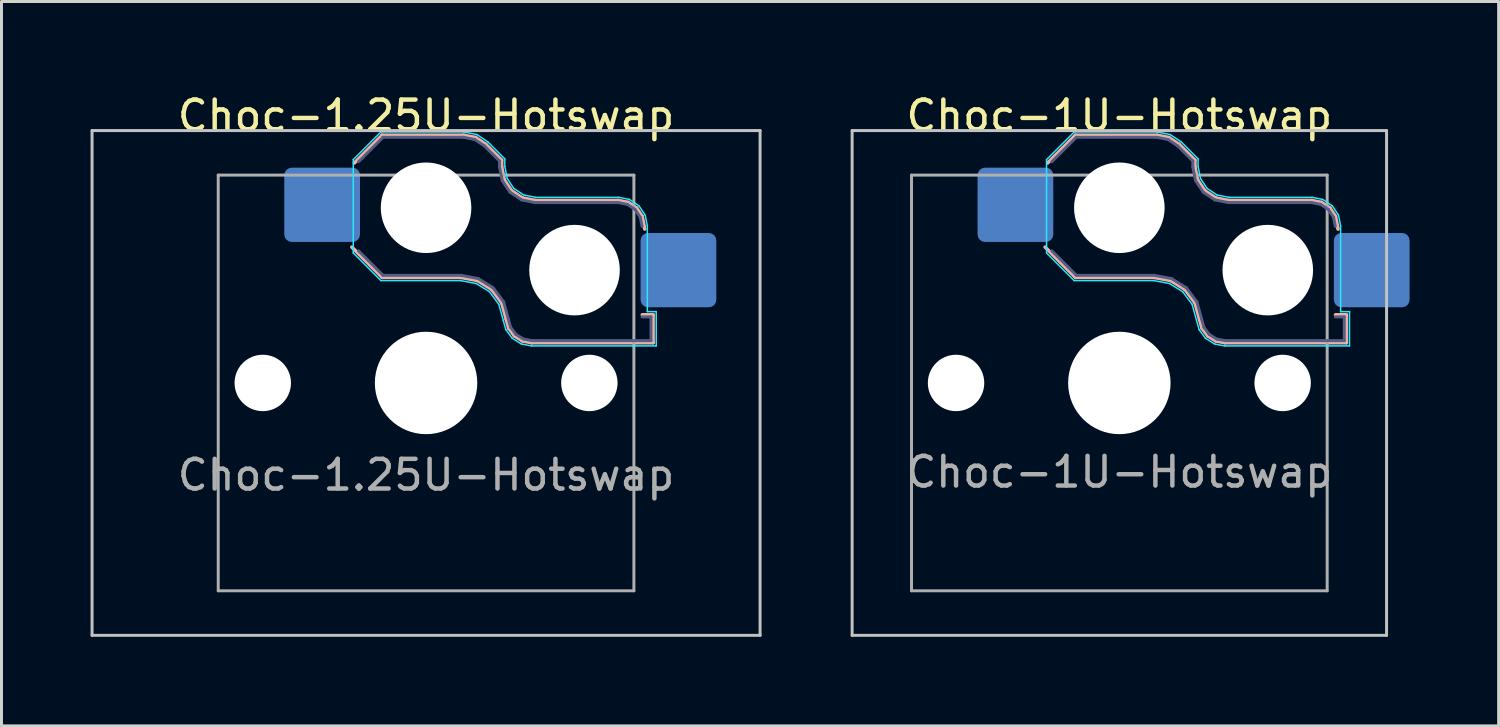
<source format=kicad_pcb>
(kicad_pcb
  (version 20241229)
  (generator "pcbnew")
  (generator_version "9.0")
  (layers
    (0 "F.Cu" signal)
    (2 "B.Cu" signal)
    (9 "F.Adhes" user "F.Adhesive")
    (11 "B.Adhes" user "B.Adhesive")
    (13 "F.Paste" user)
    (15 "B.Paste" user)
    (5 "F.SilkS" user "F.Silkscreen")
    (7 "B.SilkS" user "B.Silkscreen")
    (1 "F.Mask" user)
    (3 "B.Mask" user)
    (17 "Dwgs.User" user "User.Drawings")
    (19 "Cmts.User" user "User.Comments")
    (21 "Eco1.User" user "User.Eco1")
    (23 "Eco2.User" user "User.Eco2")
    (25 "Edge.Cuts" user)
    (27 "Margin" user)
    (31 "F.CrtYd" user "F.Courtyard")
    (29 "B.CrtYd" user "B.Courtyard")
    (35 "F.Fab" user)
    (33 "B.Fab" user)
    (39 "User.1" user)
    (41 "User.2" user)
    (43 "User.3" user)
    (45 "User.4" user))
  (footprint "Choc-1U-Hotswap"
    (layer "F.Cu")
    (at 34.65 9.848)
    (property "Reference" "Choc-1U-Hotswap" (at 0 -9 0) (layer "F.SilkS") (effects (font (size 1 1) (thickness 0.15))))
    (attr smd)
    (fp_line (start -2.416 -7.409) (end -1.479 -8.346) (stroke (width 0.12) (type solid)) (layer "B.SilkS"))
    (fp_line (start -1.479 -8.346) (end 1.268 -8.346) (stroke (width 0.12) (type solid)) (layer "B.SilkS"))
    (fp_line (start -1.479 -3.554) (end -2.5 -4.575) (stroke (width 0.12) (type solid)) (layer "B.SilkS"))
    (fp_line (start 1.168 -3.554) (end -1.479 -3.554) (stroke (width 0.12) (type solid)) (layer "B.SilkS"))
    (fp_line (start 1.268 -8.346) (end 1.671 -8.266) (stroke (width 0.12) (type solid)) (layer "B.SilkS"))
    (fp_line (start 1.671 -8.266) (end 2.013 -8.037) (stroke (width 0.12) (type solid)) (layer "B.SilkS"))
    (fp_line (start 1.73 -3.449) (end 1.168 -3.554) (stroke (width 0.12) (type solid)) (layer "B.SilkS"))
    (fp_line (start 2.013 -8.037) (end 2.546 -7.504) (stroke (width 0.12) (type solid)) (layer "B.SilkS"))
    (fp_line (start 2.209 -3.15) (end 1.73 -3.449) (stroke (width 0.12) (type solid)) (layer "B.SilkS"))
    (fp_line (start 2.546 -7.504) (end 2.546 -7.282) (stroke (width 0.12) (type solid)) (layer "B.SilkS"))
    (fp_line (start 2.546 -7.282) (end 2.633 -6.844) (stroke (width 0.12) (type solid)) (layer "B.SilkS"))
    (fp_line (start 2.547 -2.697) (end 2.209 -3.15) (stroke (width 0.12) (type solid)) (layer "B.SilkS"))
    (fp_line (start 2.633 -6.844) (end 2.877 -6.477) (stroke (width 0.12) (type solid)) (layer "B.SilkS"))
    (fp_line (start 2.701 -2.139) (end 2.547 -2.697) (stroke (width 0.12) (type solid)) (layer "B.SilkS"))
    (fp_line (start 2.783 -1.841) (end 2.701 -2.139) (stroke (width 0.12) (type solid)) (layer "B.SilkS"))
    (fp_line (start 2.877 -6.477) (end 3.244 -6.233) (stroke (width 0.12) (type solid)) (layer "B.SilkS"))
    (fp_line (start 2.976 -1.583) (end 2.783 -1.841) (stroke (width 0.12) (type solid)) (layer "B.SilkS"))
    (fp_line (start 3.244 -6.233) (end 3.682 -6.146) (stroke (width 0.12) (type solid)) (layer "B.SilkS"))
    (fp_line (start 3.25 -1.413) (end 2.976 -1.583) (stroke (width 0.12) (type solid)) (layer "B.SilkS"))
    (fp_line (start 3.56 -1.354) (end 3.25 -1.413) (stroke (width 0.12) (type solid)) (layer "B.SilkS"))
    (fp_line (start 3.682 -6.146) (end 6.482 -6.146) (stroke (width 0.12) (type solid)) (layer "B.SilkS"))
    (fp_line (start 6.482 -6.146) (end 6.809 -6.081) (stroke (width 0.12) (type solid)) (layer "B.SilkS"))
    (fp_line (start 6.809 -6.081) (end 7.092 -5.892) (stroke (width 0.12) (type solid)) (layer "B.SilkS"))
    (fp_line (start 7.092 -5.892) (end 7.281 -5.609) (stroke (width 0.12) (type solid)) (layer "B.SilkS"))
    (fp_line (start 7.281 -5.609) (end 7.366 -5.182) (stroke (width 0.12) (type solid)) (layer "B.SilkS"))
    (fp_line (start 7.283 -2.296) (end 7.646 -2.296) (stroke (width 0.12) (type solid)) (layer "B.SilkS"))
    (fp_line (start 7.646 -2.296) (end 7.646 -1.354) (stroke (width 0.12) (type solid)) (layer "B.SilkS"))
    (fp_line (start 7.646 -1.354) (end 3.56 -1.354) (stroke (width 0.12) (type solid)) (layer "B.SilkS"))
    (fp_line (start -9 -8.5) (end -9 8.5) (stroke (width 0.1) (type solid)) (layer "Dwgs.User"))
    (fp_line (start -9 8.5) (end 9 8.5) (stroke (width 0.1) (type solid)) (layer "Dwgs.User"))
    (fp_line (start 9 -8.5) (end -9 -8.5) (stroke (width 0.1) (type solid)) (layer "Dwgs.User"))
    (fp_line (start 9 8.5) (end 9 -8.5) (stroke (width 0.1) (type solid)) (layer "Dwgs.User"))
    (fp_line (start -2.452 -7.523) (end -1.523 -8.452) (stroke (width 0.05) (type solid)) (layer "B.CrtYd"))
    (fp_line (start -2.452 -4.377) (end -2.452 -7.523) (stroke (width 0.05) (type solid)) (layer "B.CrtYd"))
    (fp_line (start -1.523 -8.452) (end 1.278 -8.452) (stroke (width 0.05) (type solid)) (layer "B.CrtYd"))
    (fp_line (start -1.523 -3.448) (end -2.452 -4.377) (stroke (width 0.05) (type solid)) (layer "B.CrtYd"))
    (fp_line (start 1.159 -3.448) (end -1.523 -3.448) (stroke (width 0.05) (type solid)) (layer "B.CrtYd"))
    (fp_line (start 1.278 -8.452) (end 1.712 -8.366) (stroke (width 0.05) (type solid)) (layer "B.CrtYd"))
    (fp_line (start 1.691 -3.348) (end 1.159 -3.448) (stroke (width 0.05) (type solid)) (layer "B.CrtYd"))
    (fp_line (start 1.712 -8.366) (end 2.081 -8.119) (stroke (width 0.05) (type solid)) (layer "B.CrtYd"))
    (fp_line (start 2.081 -8.119) (end 2.652 -7.548) (stroke (width 0.05) (type solid)) (layer "B.CrtYd"))
    (fp_line (start 2.136 -3.071) (end 1.691 -3.348) (stroke (width 0.05) (type solid)) (layer "B.CrtYd"))
    (fp_line (start 2.45 -2.65) (end 2.136 -3.071) (stroke (width 0.05) (type solid)) (layer "B.CrtYd"))
    (fp_line (start 2.599 -2.111) (end 2.45 -2.65) (stroke (width 0.05) (type solid)) (layer "B.CrtYd"))
    (fp_line (start 2.652 -7.548) (end 2.652 -7.292) (stroke (width 0.05) (type solid)) (layer "B.CrtYd"))
    (fp_line (start 2.652 -7.292) (end 2.733 -6.885) (stroke (width 0.05) (type solid)) (layer "B.CrtYd"))
    (fp_line (start 2.687 -1.794) (end 2.599 -2.111) (stroke (width 0.05) (type solid)) (layer "B.CrtYd"))
    (fp_line (start 2.733 -6.885) (end 2.953 -6.553) (stroke (width 0.05) (type solid)) (layer "B.CrtYd"))
    (fp_line (start 2.903 -1.503) (end 2.687 -1.794) (stroke (width 0.05) (type solid)) (layer "B.CrtYd"))
    (fp_line (start 2.953 -6.553) (end 3.285 -6.333) (stroke (width 0.05) (type solid)) (layer "B.CrtYd"))
    (fp_line (start 3.211 -1.312) (end 2.903 -1.503) (stroke (width 0.05) (type solid)) (layer "B.CrtYd"))
    (fp_line (start 3.285 -6.333) (end 3.692 -6.252) (stroke (width 0.05) (type solid)) (layer "B.CrtYd"))
    (fp_line (start 3.55 -1.248) (end 3.211 -1.312) (stroke (width 0.05) (type solid)) (layer "B.CrtYd"))
    (fp_line (start 3.692 -6.252) (end 6.492 -6.252) (stroke (width 0.05) (type solid)) (layer "B.CrtYd"))
    (fp_line (start 6.492 -6.252) (end 6.85 -6.181) (stroke (width 0.05) (type solid)) (layer "B.CrtYd"))
    (fp_line (start 6.85 -6.181) (end 7.168 -5.968) (stroke (width 0.05) (type solid)) (layer "B.CrtYd"))
    (fp_line (start 7.168 -5.968) (end 7.381 -5.65) (stroke (width 0.05) (type solid)) (layer "B.CrtYd"))
    (fp_line (start 7.381 -5.65) (end 7.452 -5.292) (stroke (width 0.05) (type solid)) (layer "B.CrtYd"))
    (fp_line (start 7.452 -5.292) (end 7.452 -2.402) (stroke (width 0.05) (type solid)) (layer "B.CrtYd"))
    (fp_line (start 7.452 -2.402) (end 7.752 -2.402) (stroke (width 0.05) (type solid)) (layer "B.CrtYd"))
    (fp_line (start 7.752 -2.402) (end 7.752 -1.248) (stroke (width 0.05) (type solid)) (layer "B.CrtYd"))
    (fp_line (start 7.752 -1.248) (end 3.55 -1.248) (stroke (width 0.05) (type solid)) (layer "B.CrtYd"))
    (fp_line (start -2.275 -7.45) (end -1.45 -8.275) (stroke (width 0.1) (type solid)) (layer "B.Fab"))
    (fp_line (start -1.45 -8.275) (end 1.261 -8.275) (stroke (width 0.1) (type solid)) (layer "B.Fab"))
    (fp_line (start -1.45 -3.625) (end -2.275 -4.45) (stroke (width 0.1) (type solid)) (layer "B.Fab"))
    (fp_line (start 1.175 -3.625) (end -1.45 -3.625) (stroke (width 0.1) (type solid)) (layer "B.Fab"))
    (fp_line (start 1.261 -8.275) (end 1.643 -8.199) (stroke (width 0.1) (type solid)) (layer "B.Fab"))
    (fp_line (start 1.643 -8.199) (end 1.968 -7.982) (stroke (width 0.1) (type solid)) (layer "B.Fab"))
    (fp_line (start 1.756 -3.516) (end 1.175 -3.625) (stroke (width 0.1) (type solid)) (layer "B.Fab"))
    (fp_line (start 1.968 -7.982) (end 2.475 -7.475) (stroke (width 0.1) (type solid)) (layer "B.Fab"))
    (fp_line (start 2.258 -3.203) (end 1.756 -3.516) (stroke (width 0.1) (type solid)) (layer "B.Fab"))
    (fp_line (start 2.475 -7.475) (end 2.475 -7.275) (stroke (width 0.1) (type solid)) (layer "B.Fab"))
    (fp_line (start 2.475 -7.275) (end 2.566 -6.816) (stroke (width 0.1) (type solid)) (layer "B.Fab"))
    (fp_line (start 2.566 -6.816) (end 2.826 -6.426) (stroke (width 0.1) (type solid)) (layer "B.Fab"))
    (fp_line (start 2.612 -2.729) (end 2.258 -3.203) (stroke (width 0.1) (type solid)) (layer "B.Fab"))
    (fp_line (start 2.769 -2.158) (end 2.612 -2.729) (stroke (width 0.1) (type solid)) (layer "B.Fab"))
    (fp_line (start 2.826 -6.426) (end 3.216 -6.166) (stroke (width 0.1) (type solid)) (layer "B.Fab"))
    (fp_line (start 2.848 -1.873) (end 2.769 -2.158) (stroke (width 0.1) (type solid)) (layer "B.Fab"))
    (fp_line (start 3.025 -1.636) (end 2.848 -1.873) (stroke (width 0.1) (type solid)) (layer "B.Fab"))
    (fp_line (start 3.216 -6.166) (end 3.675 -6.075) (stroke (width 0.1) (type solid)) (layer "B.Fab"))
    (fp_line (start 3.276 -1.48) (end 3.025 -1.636) (stroke (width 0.1) (type solid)) (layer "B.Fab"))
    (fp_line (start 3.567 -1.425) (end 3.276 -1.48) (stroke (width 0.1) (type solid)) (layer "B.Fab"))
    (fp_line (start 3.675 -6.075) (end 6.475 -6.075) (stroke (width 0.1) (type solid)) (layer "B.Fab"))
    (fp_line (start 6.475 -6.075) (end 6.781 -6.014) (stroke (width 0.1) (type solid)) (layer "B.Fab"))
    (fp_line (start 6.781 -6.014) (end 7.041 -5.841) (stroke (width 0.1) (type solid)) (layer "B.Fab"))
    (fp_line (start 7.041 -5.841) (end 7.214 -5.581) (stroke (width 0.1) (type solid)) (layer "B.Fab"))
    (fp_line (start 7.214 -5.581) (end 7.275 -5.275) (stroke (width 0.1) (type solid)) (layer "B.Fab"))
    (fp_line (start 7.275 -2.225) (end 7.575 -2.225) (stroke (width 0.1) (type solid)) (layer "B.Fab"))
    (fp_line (start 7.575 -2.225) (end 7.575 -1.425) (stroke (width 0.1) (type solid)) (layer "B.Fab"))
    (fp_line (start 7.575 -1.425) (end 3.567 -1.425) (stroke (width 0.1) (type solid)) (layer "B.Fab"))
    (fp_line (start -7 -7) (end -7 7) (stroke (width 0.1) (type solid)) (layer "F.Fab"))
    (fp_line (start -7 7) (end 7 7) (stroke (width 0.1) (type solid)) (layer "F.Fab"))
    (fp_line (start 7 -7) (end -7 -7) (stroke (width 0.1) (type solid)) (layer "F.Fab"))
    (fp_line (start 7 7) (end 7 -7) (stroke (width 0.1) (type solid)) (layer "F.Fab"))
    (fp_text user "${REFERENCE}" (at 0 3 0) (layer "F.Fab") (effects (font (size 1 1) (thickness 0.15))))
    (pad "" np_thru_hole circle (at -5.5 0) (size 1.9 1.9) (drill 1.9) (layers "*.Cu" "*.Mask"))
    (pad "" np_thru_hole circle (at 0 -5.9) (size 3.05 3.05) (drill 3.05) (layers "*.Cu" "*.Mask"))
    (pad "" np_thru_hole circle (at 0 0) (size 3.45 3.45) (drill 3.45) (layers "*.Cu" "*.Mask"))
    (pad "" np_thru_hole circle (at 5 -3.8) (size 3.05 3.05) (drill 3.05) (layers "*.Cu" "*.Mask"))
    (pad "" np_thru_hole circle (at 5.5 0) (size 1.9 1.9) (drill 1.9) (layers "*.Cu" "*.Mask"))
    (pad "1" smd roundrect (at -3.5 -6) (size 2.55 2.5) (layers "B.Cu" "B.Mask" "B.Paste") (roundrect_rratio 0.1))
    (pad "2" smd roundrect (at 8.5 -3.8) (size 2.55 2.5) (layers "B.Cu" "B.Mask" "B.Paste") (roundrect_rratio 0.1)))
  (footprint "Choc-1.25U-Hotswap"
    (layer "F.Cu")
    (at 11.3 9.848)
    (property "Reference" "Choc-1.25U-Hotswap" (at 0 -9 0) (layer "F.SilkS") (effects (font (size 1 1) (thickness 0.15))))
    (attr smd)
    (fp_line (start -2.416 -7.409) (end -1.479 -8.346) (stroke (width 0.12) (type solid)) (layer "B.SilkS"))
    (fp_line (start -1.479 -8.346) (end 1.268 -8.346) (stroke (width 0.12) (type solid)) (layer "B.SilkS"))
    (fp_line (start -1.479 -3.554) (end -2.5 -4.575) (stroke (width 0.12) (type solid)) (layer "B.SilkS"))
    (fp_line (start 1.168 -3.554) (end -1.479 -3.554) (stroke (width 0.12) (type solid)) (layer "B.SilkS"))
    (fp_line (start 1.268 -8.346) (end 1.671 -8.266) (stroke (width 0.12) (type solid)) (layer "B.SilkS"))
    (fp_line (start 1.671 -8.266) (end 2.013 -8.037) (stroke (width 0.12) (type solid)) (layer "B.SilkS"))
    (fp_line (start 1.73 -3.449) (end 1.168 -3.554) (stroke (width 0.12) (type solid)) (layer "B.SilkS"))
    (fp_line (start 2.013 -8.037) (end 2.546 -7.504) (stroke (width 0.12) (type solid)) (layer "B.SilkS"))
    (fp_line (start 2.209 -3.15) (end 1.73 -3.449) (stroke (width 0.12) (type solid)) (layer "B.SilkS"))
    (fp_line (start 2.546 -7.504) (end 2.546 -7.282) (stroke (width 0.12) (type solid)) (layer "B.SilkS"))
    (fp_line (start 2.546 -7.282) (end 2.633 -6.844) (stroke (width 0.12) (type solid)) (layer "B.SilkS"))
    (fp_line (start 2.547 -2.697) (end 2.209 -3.15) (stroke (width 0.12) (type solid)) (layer "B.SilkS"))
    (fp_line (start 2.633 -6.844) (end 2.877 -6.477) (stroke (width 0.12) (type solid)) (layer "B.SilkS"))
    (fp_line (start 2.701 -2.139) (end 2.547 -2.697) (stroke (width 0.12) (type solid)) (layer "B.SilkS"))
    (fp_line (start 2.783 -1.841) (end 2.701 -2.139) (stroke (width 0.12) (type solid)) (layer "B.SilkS"))
    (fp_line (start 2.877 -6.477) (end 3.244 -6.233) (stroke (width 0.12) (type solid)) (layer "B.SilkS"))
    (fp_line (start 2.976 -1.583) (end 2.783 -1.841) (stroke (width 0.12) (type solid)) (layer "B.SilkS"))
    (fp_line (start 3.244 -6.233) (end 3.682 -6.146) (stroke (width 0.12) (type solid)) (layer "B.SilkS"))
    (fp_line (start 3.25 -1.413) (end 2.976 -1.583) (stroke (width 0.12) (type solid)) (layer "B.SilkS"))
    (fp_line (start 3.56 -1.354) (end 3.25 -1.413) (stroke (width 0.12) (type solid)) (layer "B.SilkS"))
    (fp_line (start 3.682 -6.146) (end 6.482 -6.146) (stroke (width 0.12) (type solid)) (layer "B.SilkS"))
    (fp_line (start 6.482 -6.146) (end 6.809 -6.081) (stroke (width 0.12) (type solid)) (layer "B.SilkS"))
    (fp_line (start 6.809 -6.081) (end 7.092 -5.892) (stroke (width 0.12) (type solid)) (layer "B.SilkS"))
    (fp_line (start 7.092 -5.892) (end 7.281 -5.609) (stroke (width 0.12) (type solid)) (layer "B.SilkS"))
    (fp_line (start 7.281 -5.609) (end 7.366 -5.182) (stroke (width 0.12) (type solid)) (layer "B.SilkS"))
    (fp_line (start 7.283 -2.296) (end 7.646 -2.296) (stroke (width 0.12) (type solid)) (layer "B.SilkS"))
    (fp_line (start 7.646 -2.296) (end 7.646 -1.354) (stroke (width 0.12) (type solid)) (layer "B.SilkS"))
    (fp_line (start 7.646 -1.354) (end 3.56 -1.354) (stroke (width 0.12) (type solid)) (layer "B.SilkS"))
    (fp_line (start -11.25 -8.5) (end -11.25 8.5) (stroke (width 0.1) (type solid)) (layer "Dwgs.User"))
    (fp_line (start -11.25 8.5) (end 11.25 8.5) (stroke (width 0.1) (type solid)) (layer "Dwgs.User"))
    (fp_line (start 11.25 -8.5) (end -11.25 -8.5) (stroke (width 0.1) (type solid)) (layer "Dwgs.User"))
    (fp_line (start 11.25 8.5) (end 11.25 -8.5) (stroke (width 0.1) (type solid)) (layer "Dwgs.User"))
    (fp_line (start -2.452 -7.523) (end -1.523 -8.452) (stroke (width 0.05) (type solid)) (layer "B.CrtYd"))
    (fp_line (start -2.452 -4.377) (end -2.452 -7.523) (stroke (width 0.05) (type solid)) (layer "B.CrtYd"))
    (fp_line (start -1.523 -8.452) (end 1.278 -8.452) (stroke (width 0.05) (type solid)) (layer "B.CrtYd"))
    (fp_line (start -1.523 -3.448) (end -2.452 -4.377) (stroke (width 0.05) (type solid)) (layer "B.CrtYd"))
    (fp_line (start 1.159 -3.448) (end -1.523 -3.448) (stroke (width 0.05) (type solid)) (layer "B.CrtYd"))
    (fp_line (start 1.278 -8.452) (end 1.712 -8.366) (stroke (width 0.05) (type solid)) (layer "B.CrtYd"))
    (fp_line (start 1.691 -3.348) (end 1.159 -3.448) (stroke (width 0.05) (type solid)) (layer "B.CrtYd"))
    (fp_line (start 1.712 -8.366) (end 2.081 -8.119) (stroke (width 0.05) (type solid)) (layer "B.CrtYd"))
    (fp_line (start 2.081 -8.119) (end 2.652 -7.548) (stroke (width 0.05) (type solid)) (layer "B.CrtYd"))
    (fp_line (start 2.136 -3.071) (end 1.691 -3.348) (stroke (width 0.05) (type solid)) (layer "B.CrtYd"))
    (fp_line (start 2.45 -2.65) (end 2.136 -3.071) (stroke (width 0.05) (type solid)) (layer "B.CrtYd"))
    (fp_line (start 2.599 -2.111) (end 2.45 -2.65) (stroke (width 0.05) (type solid)) (layer "B.CrtYd"))
    (fp_line (start 2.652 -7.548) (end 2.652 -7.292) (stroke (width 0.05) (type solid)) (layer "B.CrtYd"))
    (fp_line (start 2.652 -7.292) (end 2.733 -6.885) (stroke (width 0.05) (type solid)) (layer "B.CrtYd"))
    (fp_line (start 2.687 -1.794) (end 2.599 -2.111) (stroke (width 0.05) (type solid)) (layer "B.CrtYd"))
    (fp_line (start 2.733 -6.885) (end 2.953 -6.553) (stroke (width 0.05) (type solid)) (layer "B.CrtYd"))
    (fp_line (start 2.903 -1.503) (end 2.687 -1.794) (stroke (width 0.05) (type solid)) (layer "B.CrtYd"))
    (fp_line (start 2.953 -6.553) (end 3.285 -6.333) (stroke (width 0.05) (type solid)) (layer "B.CrtYd"))
    (fp_line (start 3.211 -1.312) (end 2.903 -1.503) (stroke (width 0.05) (type solid)) (layer "B.CrtYd"))
    (fp_line (start 3.285 -6.333) (end 3.692 -6.252) (stroke (width 0.05) (type solid)) (layer "B.CrtYd"))
    (fp_line (start 3.55 -1.248) (end 3.211 -1.312) (stroke (width 0.05) (type solid)) (layer "B.CrtYd"))
    (fp_line (start 3.692 -6.252) (end 6.492 -6.252) (stroke (width 0.05) (type solid)) (layer "B.CrtYd"))
    (fp_line (start 6.492 -6.252) (end 6.85 -6.181) (stroke (width 0.05) (type solid)) (layer "B.CrtYd"))
    (fp_line (start 6.85 -6.181) (end 7.168 -5.968) (stroke (width 0.05) (type solid)) (layer "B.CrtYd"))
    (fp_line (start 7.168 -5.968) (end 7.381 -5.65) (stroke (width 0.05) (type solid)) (layer "B.CrtYd"))
    (fp_line (start 7.381 -5.65) (end 7.452 -5.292) (stroke (width 0.05) (type solid)) (layer "B.CrtYd"))
    (fp_line (start 7.452 -5.292) (end 7.452 -2.402) (stroke (width 0.05) (type solid)) (layer "B.CrtYd"))
    (fp_line (start 7.452 -2.402) (end 7.752 -2.402) (stroke (width 0.05) (type solid)) (layer "B.CrtYd"))
    (fp_line (start 7.752 -2.402) (end 7.752 -1.248) (stroke (width 0.05) (type solid)) (layer "B.CrtYd"))
    (fp_line (start 7.752 -1.248) (end 3.55 -1.248) (stroke (width 0.05) (type solid)) (layer "B.CrtYd"))
    (fp_line (start -2.275 -7.45) (end -1.45 -8.275) (stroke (width 0.1) (type solid)) (layer "B.Fab"))
    (fp_line (start -1.45 -8.275) (end 1.261 -8.275) (stroke (width 0.1) (type solid)) (layer "B.Fab"))
    (fp_line (start -1.45 -3.625) (end -2.275 -4.45) (stroke (width 0.1) (type solid)) (layer "B.Fab"))
    (fp_line (start 1.175 -3.625) (end -1.45 -3.625) (stroke (width 0.1) (type solid)) (layer "B.Fab"))
    (fp_line (start 1.261 -8.275) (end 1.643 -8.199) (stroke (width 0.1) (type solid)) (layer "B.Fab"))
    (fp_line (start 1.643 -8.199) (end 1.968 -7.982) (stroke (width 0.1) (type solid)) (layer "B.Fab"))
    (fp_line (start 1.756 -3.516) (end 1.175 -3.625) (stroke (width 0.1) (type solid)) (layer "B.Fab"))
    (fp_line (start 1.968 -7.982) (end 2.475 -7.475) (stroke (width 0.1) (type solid)) (layer "B.Fab"))
    (fp_line (start 2.258 -3.203) (end 1.756 -3.516) (stroke (width 0.1) (type solid)) (layer "B.Fab"))
    (fp_line (start 2.475 -7.475) (end 2.475 -7.275) (stroke (width 0.1) (type solid)) (layer "B.Fab"))
    (fp_line (start 2.475 -7.275) (end 2.566 -6.816) (stroke (width 0.1) (type solid)) (layer "B.Fab"))
    (fp_line (start 2.566 -6.816) (end 2.826 -6.426) (stroke (width 0.1) (type solid)) (layer "B.Fab"))
    (fp_line (start 2.612 -2.729) (end 2.258 -3.203) (stroke (width 0.1) (type solid)) (layer "B.Fab"))
    (fp_line (start 2.769 -2.158) (end 2.612 -2.729) (stroke (width 0.1) (type solid)) (layer "B.Fab"))
    (fp_line (start 2.826 -6.426) (end 3.216 -6.166) (stroke (width 0.1) (type solid)) (layer "B.Fab"))
    (fp_line (start 2.848 -1.873) (end 2.769 -2.158) (stroke (width 0.1) (type solid)) (layer "B.Fab"))
    (fp_line (start 3.025 -1.636) (end 2.848 -1.873) (stroke (width 0.1) (type solid)) (layer "B.Fab"))
    (fp_line (start 3.216 -6.166) (end 3.675 -6.075) (stroke (width 0.1) (type solid)) (layer "B.Fab"))
    (fp_line (start 3.276 -1.48) (end 3.025 -1.636) (stroke (width 0.1) (type solid)) (layer "B.Fab"))
    (fp_line (start 3.567 -1.425) (end 3.276 -1.48) (stroke (width 0.1) (type solid)) (layer "B.Fab"))
    (fp_line (start 3.675 -6.075) (end 6.475 -6.075) (stroke (width 0.1) (type solid)) (layer "B.Fab"))
    (fp_line (start 6.475 -6.075) (end 6.781 -6.014) (stroke (width 0.1) (type solid)) (layer "B.Fab"))
    (fp_line (start 6.781 -6.014) (end 7.041 -5.841) (stroke (width 0.1) (type solid)) (layer "B.Fab"))
    (fp_line (start 7.041 -5.841) (end 7.214 -5.581) (stroke (width 0.1) (type solid)) (layer "B.Fab"))
    (fp_line (start 7.214 -5.581) (end 7.275 -5.275) (stroke (width 0.1) (type solid)) (layer "B.Fab"))
    (fp_line (start 7.275 -2.225) (end 7.575 -2.225) (stroke (width 0.1) (type solid)) (layer "B.Fab"))
    (fp_line (start 7.575 -2.225) (end 7.575 -1.425) (stroke (width 0.1) (type solid)) (layer "B.Fab"))
    (fp_line (start 7.575 -1.425) (end 3.567 -1.425) (stroke (width 0.1) (type solid)) (layer "B.Fab"))
    (fp_line (start -7 -7) (end -7 7) (stroke (width 0.1) (type solid)) (layer "F.Fab"))
    (fp_line (start -7 7) (end 7 7) (stroke (width 0.1) (type solid)) (layer "F.Fab"))
    (fp_line (start 7 -7) (end -7 -7) (stroke (width 0.1) (type solid)) (layer "F.Fab"))
    (fp_line (start 7 7) (end 7 -7) (stroke (width 0.1) (type solid)) (layer "F.Fab"))
    (fp_text user "${REFERENCE}" (at 0 3.1 0) (layer "F.Fab") (effects (font (size 1 1) (thickness 0.15))))
    (pad "" np_thru_hole circle (at -5.5 0) (size 1.9 1.9) (drill 1.9) (layers "*.Cu" "*.Mask"))
    (pad "" np_thru_hole circle (at 0 -5.9) (size 3.05 3.05) (drill 3.05) (layers "*.Cu" "*.Mask"))
    (pad "" np_thru_hole circle (at 0 0) (size 3.45 3.45) (drill 3.45) (layers "*.Cu" "*.Mask"))
    (pad "" np_thru_hole circle (at 5 -3.8) (size 3.05 3.05) (drill 3.05) (layers "*.Cu" "*.Mask"))
    (pad "" np_thru_hole circle (at 5.5 0) (size 1.9 1.9) (drill 1.9) (layers "*.Cu" "*.Mask"))
    (pad "1" smd roundrect (at -3.5 -6) (size 2.55 2.5) (layers "B.Cu" "B.Mask" "B.Paste") (roundrect_rratio 0.1))
    (pad "2" smd roundrect (at 8.5 -3.8) (size 2.55 2.5) (layers "B.Cu" "B.Mask" "B.Paste") (roundrect_rratio 0.1)))
  (gr_rect
    (start -3 -3)
    (end 47.425 21.398)
    (stroke (width 0.1) (type default))
    (fill no)
    (layer "Edge.Cuts")))
</source>
